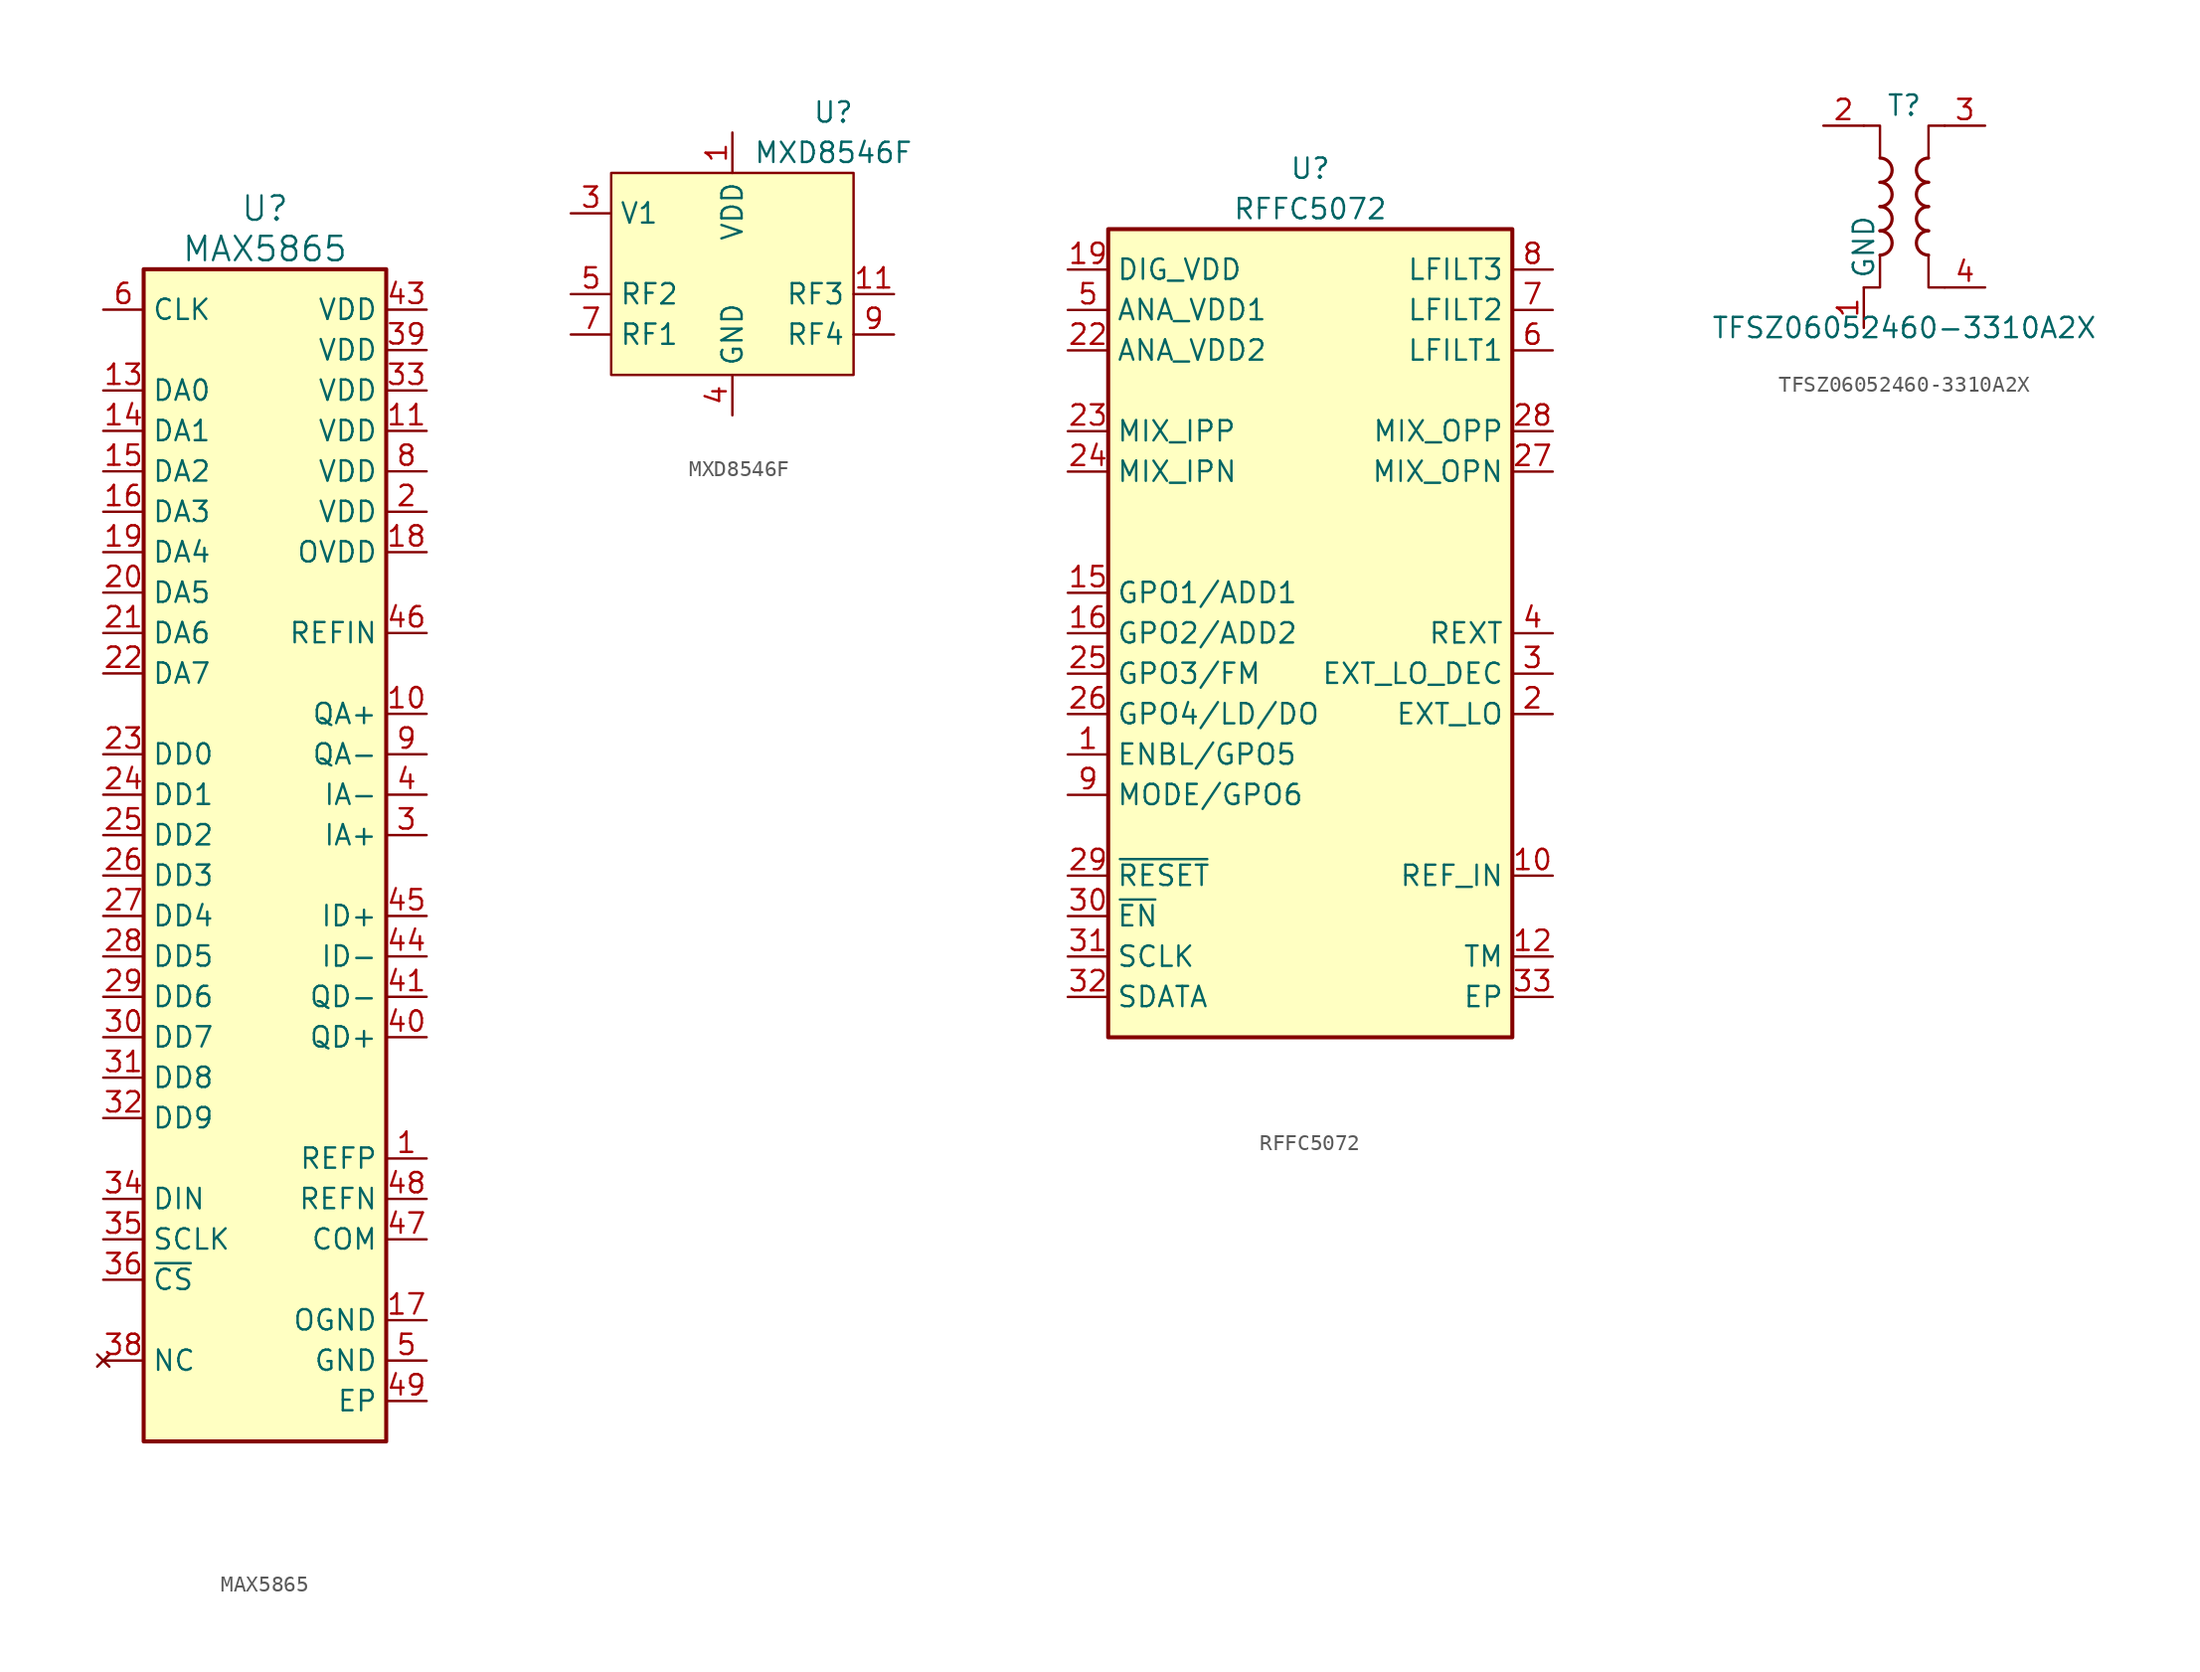
<source format=kicad_sym>
(kicad_symbol_lib
  (version 20220914)
  (generator kicad_symbol_editor)
  (symbol "MAX5865"
    (property "Reference" "U"
      (at 0 40.64 0)
      (effects (font (size 1.524 1.524))))
    (property "Value" "MAX5865"
      (at 0 38.1 0)
      (effects (font (size 1.524 1.524))))
    (symbol "MAX5865_1_1"
      (rectangle (start -7.62 36.83) (end 7.62 -36.83) (stroke (width 0.254) (type solid)) (fill (type background)))
      (pin output line (at 10.16 -19.05 180) (length 2.54) (name "REFP" (effects (font (size 1.27 1.27)))) (number "1" (effects (font (size 1.27 1.27)))))
      (pin input line (at 10.16 8.89 180) (length 2.54) (name "QA+" (effects (font (size 1.27 1.27)))) (number "10" (effects (font (size 1.27 1.27)))))
      (pin power_in line (at 10.16 26.67 180) (length 2.54) (name "VDD" (effects (font (size 1.27 1.27)))) (number "11" (effects (font (size 1.27 1.27)))))
      (pin passive line (at 10.16 -31.75 180) (length 2.54) hide (name "GND" (effects (font (size 1.27 1.27)))) (number "12" (effects (font (size 1.27 1.27)))))
      (pin output line (at -10.16 29.21 0) (length 2.54) (name "DA0" (effects (font (size 1.27 1.27)))) (number "13" (effects (font (size 1.27 1.27)))))
      (pin output line (at -10.16 26.67 0) (length 2.54) (name "DA1" (effects (font (size 1.27 1.27)))) (number "14" (effects (font (size 1.27 1.27)))))
      (pin output line (at -10.16 24.13 0) (length 2.54) (name "DA2" (effects (font (size 1.27 1.27)))) (number "15" (effects (font (size 1.27 1.27)))))
      (pin output line (at -10.16 21.59 0) (length 2.54) (name "DA3" (effects (font (size 1.27 1.27)))) (number "16" (effects (font (size 1.27 1.27)))))
      (pin power_in line (at 10.16 -29.21 180) (length 2.54) (name "OGND" (effects (font (size 1.27 1.27)))) (number "17" (effects (font (size 1.27 1.27)))))
      (pin power_in line (at 10.16 19.05 180) (length 2.54) (name "OVDD" (effects (font (size 1.27 1.27)))) (number "18" (effects (font (size 1.27 1.27)))))
      (pin output line (at -10.16 19.05 0) (length 2.54) (name "DA4" (effects (font (size 1.27 1.27)))) (number "19" (effects (font (size 1.27 1.27)))))
      (pin power_in line (at 10.16 21.59 180) (length 2.54) (name "VDD" (effects (font (size 1.27 1.27)))) (number "2" (effects (font (size 1.27 1.27)))))
      (pin output line (at -10.16 16.51 0) (length 2.54) (name "DA5" (effects (font (size 1.27 1.27)))) (number "20" (effects (font (size 1.27 1.27)))))
      (pin output line (at -10.16 13.97 0) (length 2.54) (name "DA6" (effects (font (size 1.27 1.27)))) (number "21" (effects (font (size 1.27 1.27)))))
      (pin output line (at -10.16 11.43 0) (length 2.54) (name "DA7" (effects (font (size 1.27 1.27)))) (number "22" (effects (font (size 1.27 1.27)))))
      (pin input line (at -10.16 6.35 0) (length 2.54) (name "DD0" (effects (font (size 1.27 1.27)))) (number "23" (effects (font (size 1.27 1.27)))))
      (pin input line (at -10.16 3.81 0) (length 2.54) (name "DD1" (effects (font (size 1.27 1.27)))) (number "24" (effects (font (size 1.27 1.27)))))
      (pin input line (at -10.16 1.27 0) (length 2.54) (name "DD2" (effects (font (size 1.27 1.27)))) (number "25" (effects (font (size 1.27 1.27)))))
      (pin input line (at -10.16 -1.27 0) (length 2.54) (name "DD3" (effects (font (size 1.27 1.27)))) (number "26" (effects (font (size 1.27 1.27)))))
      (pin input line (at -10.16 -3.81 0) (length 2.54) (name "DD4" (effects (font (size 1.27 1.27)))) (number "27" (effects (font (size 1.27 1.27)))))
      (pin input line (at -10.16 -6.35 0) (length 2.54) (name "DD5" (effects (font (size 1.27 1.27)))) (number "28" (effects (font (size 1.27 1.27)))))
      (pin input line (at -10.16 -8.89 0) (length 2.54) (name "DD6" (effects (font (size 1.27 1.27)))) (number "29" (effects (font (size 1.27 1.27)))))
      (pin input line (at 10.16 1.27 180) (length 2.54) (name "IA+" (effects (font (size 1.27 1.27)))) (number "3" (effects (font (size 1.27 1.27)))))
      (pin input line (at -10.16 -11.43 0) (length 2.54) (name "DD7" (effects (font (size 1.27 1.27)))) (number "30" (effects (font (size 1.27 1.27)))))
      (pin input line (at -10.16 -13.97 0) (length 2.54) (name "DD8" (effects (font (size 1.27 1.27)))) (number "31" (effects (font (size 1.27 1.27)))))
      (pin input line (at -10.16 -16.51 0) (length 2.54) (name "DD9" (effects (font (size 1.27 1.27)))) (number "32" (effects (font (size 1.27 1.27)))))
      (pin power_in line (at 10.16 29.21 180) (length 2.54) (name "VDD" (effects (font (size 1.27 1.27)))) (number "33" (effects (font (size 1.27 1.27)))))
      (pin input line (at -10.16 -21.59 0) (length 2.54) (name "DIN" (effects (font (size 1.27 1.27)))) (number "34" (effects (font (size 1.27 1.27)))))
      (pin input line (at -10.16 -24.13 0) (length 2.54) (name "SCLK" (effects (font (size 1.27 1.27)))) (number "35" (effects (font (size 1.27 1.27)))))
      (pin input line (at -10.16 -26.67 0) (length 2.54) (name "~{CS}" (effects (font (size 1.27 1.27)))) (number "36" (effects (font (size 1.27 1.27)))))
      (pin passive line (at 10.16 -31.75 180) (length 2.54) hide (name "GND" (effects (font (size 1.27 1.27)))) (number "37" (effects (font (size 1.27 1.27)))))
      (pin no_connect line (at -10.16 -31.75 0) (length 2.54) (name "NC" (effects (font (size 1.27 1.27)))) (number "38" (effects (font (size 1.27 1.27)))))
      (pin power_in line (at 10.16 31.75 180) (length 2.54) (name "VDD" (effects (font (size 1.27 1.27)))) (number "39" (effects (font (size 1.27 1.27)))))
      (pin input line (at 10.16 3.81 180) (length 2.54) (name "IA-" (effects (font (size 1.27 1.27)))) (number "4" (effects (font (size 1.27 1.27)))))
      (pin output line (at 10.16 -11.43 180) (length 2.54) (name "QD+" (effects (font (size 1.27 1.27)))) (number "40" (effects (font (size 1.27 1.27)))))
      (pin output line (at 10.16 -8.89 180) (length 2.54) (name "QD-" (effects (font (size 1.27 1.27)))) (number "41" (effects (font (size 1.27 1.27)))))
      (pin passive line (at 10.16 -31.75 180) (length 2.54) hide (name "GND" (effects (font (size 1.27 1.27)))) (number "42" (effects (font (size 1.27 1.27)))))
      (pin power_in line (at 10.16 34.29 180) (length 2.54) (name "VDD" (effects (font (size 1.27 1.27)))) (number "43" (effects (font (size 1.27 1.27)))))
      (pin output line (at 10.16 -6.35 180) (length 2.54) (name "ID-" (effects (font (size 1.27 1.27)))) (number "44" (effects (font (size 1.27 1.27)))))
      (pin output line (at 10.16 -3.81 180) (length 2.54) (name "ID+" (effects (font (size 1.27 1.27)))) (number "45" (effects (font (size 1.27 1.27)))))
      (pin input line (at 10.16 13.97 180) (length 2.54) (name "REFIN" (effects (font (size 1.27 1.27)))) (number "46" (effects (font (size 1.27 1.27)))))
      (pin output line (at 10.16 -24.13 180) (length 2.54) (name "COM" (effects (font (size 1.27 1.27)))) (number "47" (effects (font (size 1.27 1.27)))))
      (pin output line (at 10.16 -21.59 180) (length 2.54) (name "REFN" (effects (font (size 1.27 1.27)))) (number "48" (effects (font (size 1.27 1.27)))))
      (pin power_in line (at 10.16 -34.29 180) (length 2.54) (name "EP" (effects (font (size 1.27 1.27)))) (number "49" (effects (font (size 1.27 1.27)))))
      (pin power_in line (at 10.16 -31.75 180) (length 2.54) (name "GND" (effects (font (size 1.27 1.27)))) (number "5" (effects (font (size 1.27 1.27)))))
      (pin input line (at -10.16 34.29 0) (length 2.54) (name "CLK" (effects (font (size 1.27 1.27)))) (number "6" (effects (font (size 1.27 1.27)))))
      (pin passive line (at 10.16 -31.75 180) (length 2.54) hide (name "GND" (effects (font (size 1.27 1.27)))) (number "7" (effects (font (size 1.27 1.27)))))
      (pin power_in line (at 10.16 24.13 180) (length 2.54) (name "VDD" (effects (font (size 1.27 1.27)))) (number "8" (effects (font (size 1.27 1.27)))))
      (pin input line (at 10.16 6.35 180) (length 2.54) (name "QA-" (effects (font (size 1.27 1.27)))) (number "9" (effects (font (size 1.27 1.27)))))))
  (symbol "MXD8546F"
    (property "Reference" "U"
      (at 6.35 11.43 0)
      (effects (font (size 1.27 1.27))))
    (property "Value" "MXD8546F"
      (at 6.35 8.89 0)
      (effects (font (size 1.27 1.27))))
    (symbol "MXD8546F_1_1"
      (rectangle (start -7.62 7.62) (end 7.62 -5.08) (stroke (width 0) (type default)) (fill (type background)))
      (pin power_in line (at 0 10.16 270) (length 2.54) (name "VDD" (effects (font (size 1.27 1.27)))) (number "1" (effects (font (size 1.27 1.27)))))
      (pin passive line (at 0 -7.62 90) (length 2.54) hide (name "GND" (effects (font (size 1.27 1.27)))) (number "10" (effects (font (size 1.27 1.27)))))
      (pin passive line (at 10.16 0 180) (length 2.54) (name "RF3" (effects (font (size 1.27 1.27)))) (number "11" (effects (font (size 1.27 1.27)))))
      (pin passive line (at 0 -7.62 90) (length 2.54) hide (name "GND" (effects (font (size 1.27 1.27)))) (number "12" (effects (font (size 1.27 1.27)))))
      (pin passive line (at 0 -7.62 90) (length 2.54) hide (name "GND" (effects (font (size 1.27 1.27)))) (number "13" (effects (font (size 1.27 1.27)))))
      (pin no_connect line (at -10.16 0 0) (length 2.54) hide (name "N/C" (effects (font (size 1.27 1.27)))) (number "2" (effects (font (size 1.27 1.27)))))
      (pin input line (at -10.16 5.08 0) (length 2.54) (name "V1" (effects (font (size 1.27 1.27)))) (number "3" (effects (font (size 1.27 1.27)))))
      (pin power_in line (at 0 -7.62 90) (length 2.54) (name "GND" (effects (font (size 1.27 1.27)))) (number "4" (effects (font (size 1.27 1.27)))))
      (pin passive line (at -10.16 0 0) (length 2.54) (name "RF2" (effects (font (size 1.27 1.27)))) (number "5" (effects (font (size 1.27 1.27)))))
      (pin passive line (at 0 -7.62 90) (length 2.54) hide (name "GND" (effects (font (size 1.27 1.27)))) (number "6" (effects (font (size 1.27 1.27)))))
      (pin passive line (at -10.16 -2.54 0) (length 2.54) (name "RF1" (effects (font (size 1.27 1.27)))) (number "7" (effects (font (size 1.27 1.27)))))
      (pin no_connect line (at 10.16 0 180) (length 2.54) hide (name "N/C" (effects (font (size 1.27 1.27)))) (number "8" (effects (font (size 1.27 1.27)))))
      (pin passive line (at 10.16 -2.54 180) (length 2.54) (name "RF4" (effects (font (size 1.27 1.27)))) (number "9" (effects (font (size 1.27 1.27)))))))
  (symbol "RFFC5072"
    (property "Reference" "U"
      (at 0 29.21 0)
      (effects (font (size 1.27 1.27))))
    (property "Value" "RFFC5072"
      (at 0 26.67 0)
      (effects (font (size 1.27 1.27))))
    (symbol "RFFC5072_0_0"
      (pin bidirectional line (at -15.24 -7.62 0) (length 2.54) (name "ENBL/GPO5" (effects (font (size 1.27 1.27)))) (number "1" (effects (font (size 1.27 1.27)))))
      (pin input line (at 15.24 -15.24 180) (length 2.54) (name "REF_IN" (effects (font (size 1.27 1.27)))) (number "10" (effects (font (size 1.27 1.27)))))
      (pin input line (at 15.24 -20.32 180) (length 2.54) (name "TM" (effects (font (size 1.27 1.27)))) (number "12" (effects (font (size 1.27 1.27)))))
      (pin bidirectional line (at -15.24 2.54 0) (length 2.54) (name "GPO1/ADD1" (effects (font (size 1.27 1.27)))) (number "15" (effects (font (size 1.27 1.27)))))
      (pin bidirectional line (at -15.24 0 0) (length 2.54) (name "GPO2/ADD2" (effects (font (size 1.27 1.27)))) (number "16" (effects (font (size 1.27 1.27)))))
      (pin power_in line (at -15.24 22.86 0) (length 2.54) (name "DIG_VDD" (effects (font (size 1.27 1.27)))) (number "19" (effects (font (size 1.27 1.27)))))
      (pin input line (at 15.24 -5.08 180) (length 2.54) (name "EXT_LO" (effects (font (size 1.27 1.27)))) (number "2" (effects (font (size 1.27 1.27)))))
      (pin power_in line (at -15.24 17.78 0) (length 2.54) (name "ANA_VDD2" (effects (font (size 1.27 1.27)))) (number "22" (effects (font (size 1.27 1.27)))))
      (pin input line (at -15.24 12.7 0) (length 2.54) (name "MIX_IPP" (effects (font (size 1.27 1.27)))) (number "23" (effects (font (size 1.27 1.27)))))
      (pin input line (at -15.24 10.16 0) (length 2.54) (name "MIX_IPN" (effects (font (size 1.27 1.27)))) (number "24" (effects (font (size 1.27 1.27)))))
      (pin bidirectional line (at -15.24 -2.54 0) (length 2.54) (name "GPO3/FM" (effects (font (size 1.27 1.27)))) (number "25" (effects (font (size 1.27 1.27)))))
      (pin power_out line (at -15.24 -5.08 0) (length 2.54) (name "GPO4/LD/DO" (effects (font (size 1.27 1.27)))) (number "26" (effects (font (size 1.27 1.27)))))
      (pin output line (at 15.24 10.16 180) (length 2.54) (name "MIX_OPN" (effects (font (size 1.27 1.27)))) (number "27" (effects (font (size 1.27 1.27)))))
      (pin output line (at 15.24 12.7 180) (length 2.54) (name "MIX_OPP" (effects (font (size 1.27 1.27)))) (number "28" (effects (font (size 1.27 1.27)))))
      (pin passive line (at 15.24 -2.54 180) (length 2.54) (name "EXT_LO_DEC" (effects (font (size 1.27 1.27)))) (number "3" (effects (font (size 1.27 1.27)))))
      (pin input line (at -15.24 -20.32 0) (length 2.54) (name "SCLK" (effects (font (size 1.27 1.27)))) (number "31" (effects (font (size 1.27 1.27)))))
      (pin input line (at -15.24 -22.86 0) (length 2.54) (name "SDATA" (effects (font (size 1.27 1.27)))) (number "32" (effects (font (size 1.27 1.27)))))
      (pin power_in line (at 15.24 -22.86 180) (length 2.54) (name "EP" (effects (font (size 1.27 1.27)))) (number "33" (effects (font (size 1.27 1.27)))))
      (pin passive line (at 15.24 0 180) (length 2.54) (name "REXT" (effects (font (size 1.27 1.27)))) (number "4" (effects (font (size 1.27 1.27)))))
      (pin power_in line (at -15.24 20.32 0) (length 2.54) (name "ANA_VDD1" (effects (font (size 1.27 1.27)))) (number "5" (effects (font (size 1.27 1.27)))))
      (pin output line (at 15.24 17.78 180) (length 2.54) (name "LFILT1" (effects (font (size 1.27 1.27)))) (number "6" (effects (font (size 1.27 1.27)))))
      (pin output line (at 15.24 20.32 180) (length 2.54) (name "LFILT2" (effects (font (size 1.27 1.27)))) (number "7" (effects (font (size 1.27 1.27)))))
      (pin input line (at 15.24 22.86 180) (length 2.54) (name "LFILT3" (effects (font (size 1.27 1.27)))) (number "8" (effects (font (size 1.27 1.27))))))
    (symbol "RFFC5072_1_0"
      (pin no_connect line (at 12.7 -12.7 180) (length 2.54) hide (name "NC" (effects (font (size 1.27 1.27)))) (number "11" (effects (font (size 1.27 1.27)))))
      (pin no_connect line (at -12.7 7.62 0) (length 2.54) hide (name "NC" (effects (font (size 1.27 1.27)))) (number "13" (effects (font (size 1.27 1.27)))))
      (pin no_connect line (at -12.7 5.08 0) (length 2.54) hide (name "NC" (effects (font (size 1.27 1.27)))) (number "14" (effects (font (size 1.27 1.27)))))
      (pin no_connect line (at 12.7 5.08 180) (length 2.54) hide (name "NC" (effects (font (size 1.27 1.27)))) (number "17" (effects (font (size 1.27 1.27)))))
      (pin no_connect line (at 12.7 7.62 180) (length 2.54) hide (name "NC" (effects (font (size 1.27 1.27)))) (number "18" (effects (font (size 1.27 1.27)))))
      (pin no_connect line (at 12.7 -10.16 180) (length 2.54) hide (name "NC" (effects (font (size 1.27 1.27)))) (number "20" (effects (font (size 1.27 1.27)))))
      (pin no_connect line (at 12.7 -7.62 180) (length 2.54) hide (name "NC" (effects (font (size 1.27 1.27)))) (number "21" (effects (font (size 1.27 1.27)))))
      (pin input line (at -15.24 -15.24 0) (length 2.54) (name "~{RESET}" (effects (font (size 1.27 1.27)))) (number "29" (effects (font (size 1.27 1.27)))))
      (pin input line (at -15.24 -17.78 0) (length 2.54) (name "~{EN}" (effects (font (size 1.27 1.27)))) (number "30" (effects (font (size 1.27 1.27)))))
      (pin bidirectional line (at -15.24 -10.16 0) (length 2.54) (name "MODE/GPO6" (effects (font (size 1.27 1.27)))) (number "9" (effects (font (size 1.27 1.27))))))
    (symbol "RFFC5072_1_1"
      (rectangle (start -12.7 25.4) (end 12.7 -25.4) (stroke (width 0.254) (type default)) (fill (type background)))))
  (symbol "TFSZ06052460-3310A2X"
    (property "Reference" "T"
      (at 0 6.35 0)
      (effects (font (size 1.27 1.27))))
    (property "Value" "TFSZ06052460-3310A2X"
      (at 0 -7.62 0)
      (effects (font (size 1.27 1.27))))
    (symbol "TFSZ06052460-3310A2X_1_1"
      (arc (start -1.524 -3.048) (mid -0.7653 -2.286) (end -1.524 -1.524) (stroke (width 0.2032) (type default)) (fill (type none)))
      (arc (start -1.524 -1.524) (mid -0.7653 -0.762) (end -1.524 0) (stroke (width 0.2032) (type default)) (fill (type none)))
      (arc (start -1.524 0) (mid -0.7653 0.762) (end -1.524 1.524) (stroke (width 0.2032) (type default)) (fill (type none)))
      (arc (start -1.524 1.524) (mid -0.7653 2.286) (end -1.524 3.048) (stroke (width 0.2032) (type default)) (fill (type none)))
      (polyline (pts (xy -2.54 5.08) (xy -1.524 5.08) (xy -1.524 3.048)) (stroke (width 0.152) (type default)) (fill (type none)))
      (polyline (pts (xy -1.524 -3.048) (xy -1.524 -5.08) (xy -2.54 -5.08)) (stroke (width 0.152) (type default)) (fill (type none)))
      (polyline (pts (xy 1.524 3.048) (xy 1.524 5.08) (xy 2.54 5.08)) (stroke (width 0.152) (type default)) (fill (type none)))
      (polyline (pts (xy 2.54 -5.08) (xy 1.524 -5.08) (xy 1.524 -3.048)) (stroke (width 0.152) (type default)) (fill (type none)))
      (arc (start 1.524 -1.524) (mid 0.7653 -2.286) (end 1.524 -3.048) (stroke (width 0.2032) (type default)) (fill (type none)))
      (arc (start 1.524 0) (mid 0.7653 -0.762) (end 1.524 -1.524) (stroke (width 0.2032) (type default)) (fill (type none)))
      (arc (start 1.524 1.524) (mid 0.7653 0.762) (end 1.524 0) (stroke (width 0.2032) (type default)) (fill (type none)))
      (arc (start 1.524 3.048) (mid 0.7653 2.286) (end 1.524 1.524) (stroke (width 0.2032) (type default)) (fill (type none)))
      (pin power_in line (at -2.54 -7.62 90) (length 2.54) (name "GND" (effects (font (size 1.27 1.27)))) (number "1" (effects (font (size 1.27 1.27)))))
      (pin passive line (at -5.08 5.08 0) (length 2.54) (name "~" (effects (font (size 1.27 1.27)))) (number "2" (effects (font (size 1.27 1.27)))))
      (pin passive line (at 5.08 5.08 180) (length 2.54) (name "~" (effects (font (size 1.27 1.27)))) (number "3" (effects (font (size 1.27 1.27)))))
      (pin passive line (at 5.08 -5.08 180) (length 2.54) (name "~" (effects (font (size 1.27 1.27)))) (number "4" (effects (font (size 1.27 1.27))))))))
</source>
